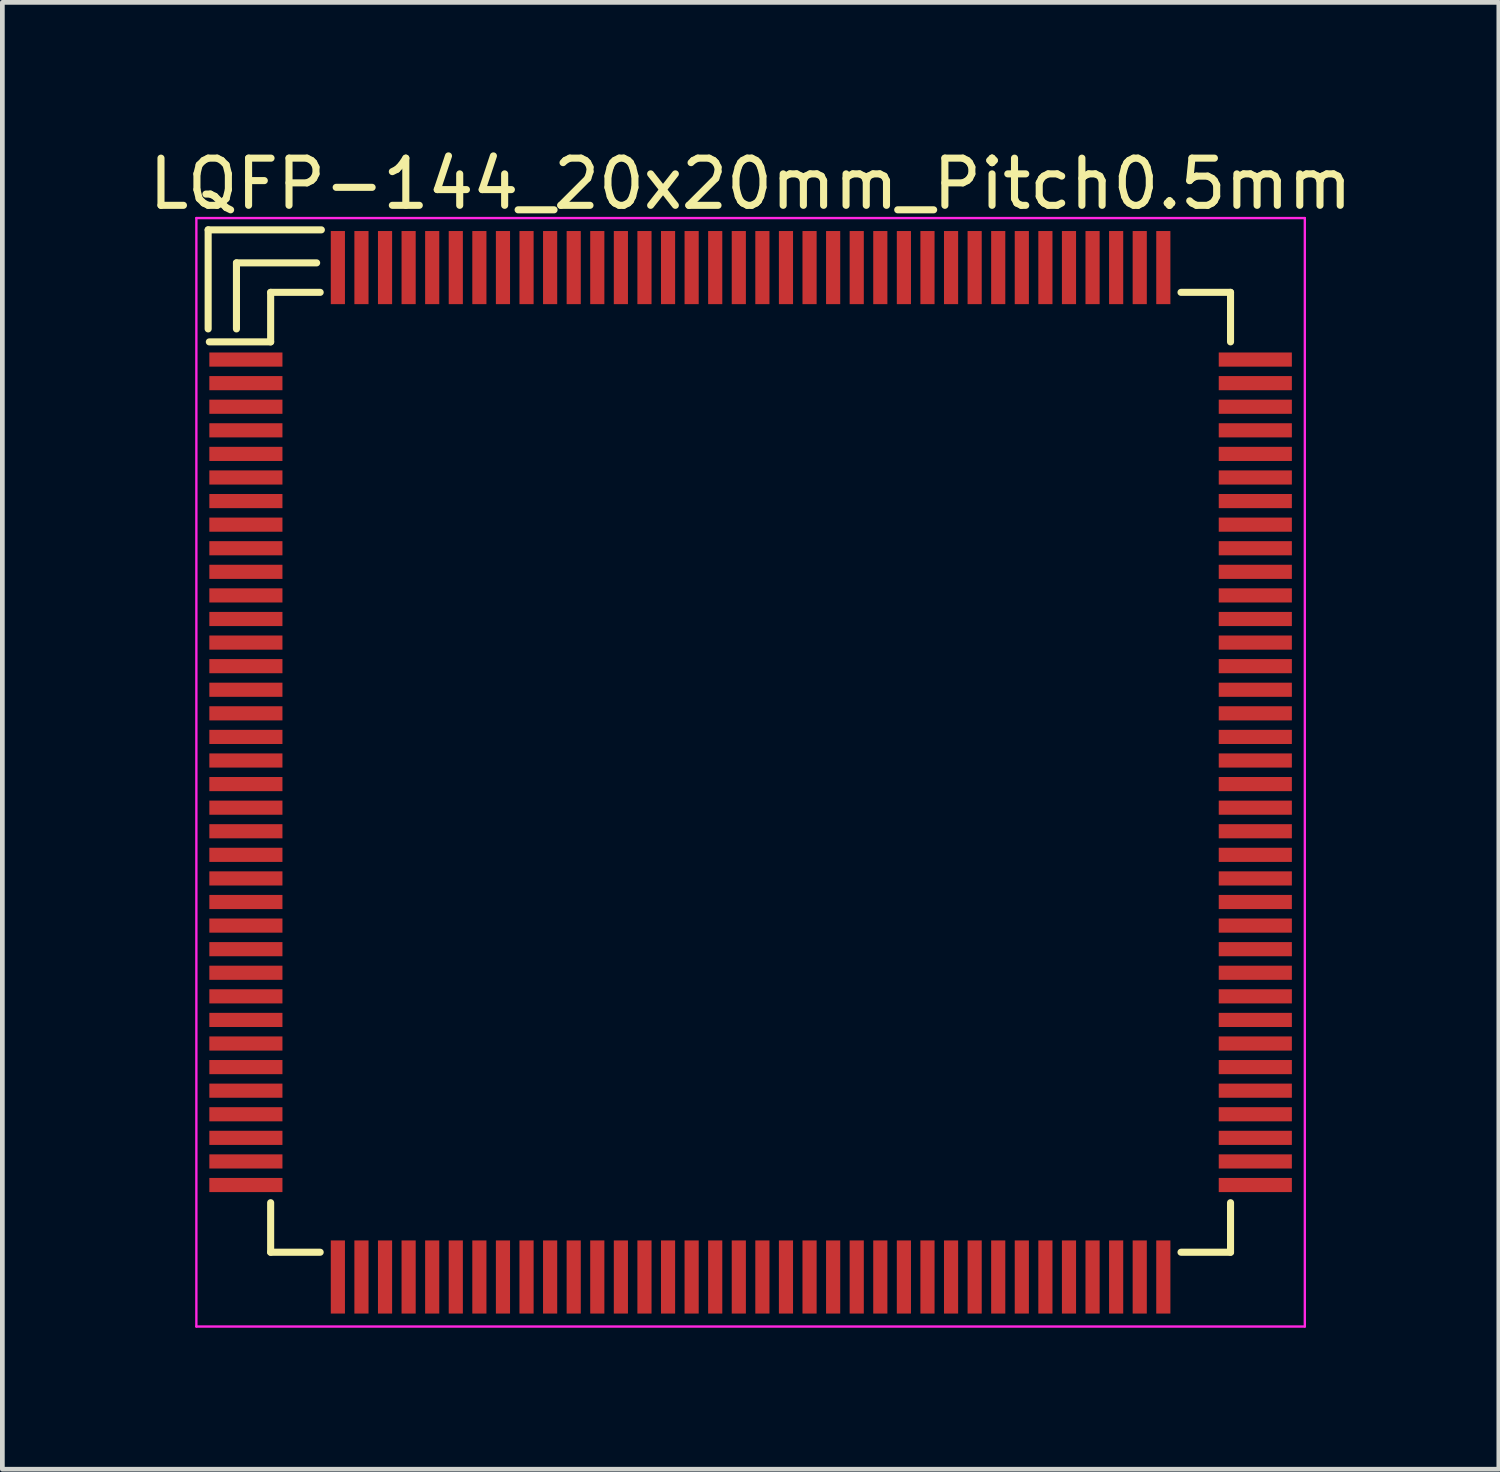
<source format=kicad_pcb>
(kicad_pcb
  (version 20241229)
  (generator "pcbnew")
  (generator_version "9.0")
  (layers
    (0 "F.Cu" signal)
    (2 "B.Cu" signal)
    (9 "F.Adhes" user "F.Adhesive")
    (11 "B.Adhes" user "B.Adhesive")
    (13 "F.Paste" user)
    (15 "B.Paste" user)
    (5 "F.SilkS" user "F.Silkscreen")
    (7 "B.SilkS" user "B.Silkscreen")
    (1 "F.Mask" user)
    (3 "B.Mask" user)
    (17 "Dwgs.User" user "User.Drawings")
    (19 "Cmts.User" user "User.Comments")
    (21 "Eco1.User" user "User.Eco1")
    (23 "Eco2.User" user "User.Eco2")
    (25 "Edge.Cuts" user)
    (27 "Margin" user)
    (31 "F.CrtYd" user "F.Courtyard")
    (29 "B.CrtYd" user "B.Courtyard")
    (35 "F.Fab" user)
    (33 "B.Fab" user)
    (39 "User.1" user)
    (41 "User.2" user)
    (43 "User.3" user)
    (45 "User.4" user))
  (footprint "LQFP-144_20x20mm_Pitch0.5mm"
    (layer "F.Cu")
    (at 12.863 13.323)
    (property "Reference" "LQFP-144_20x20mm_Pitch0.5mm" (at 0 -12.475 0) (layer "F.SilkS") (effects (font (size 1 1) (thickness 0.15))))
    (attr smd)
    (fp_line (start -11.5 -11.5) (end -9.1 -11.5) (stroke (width 0.15) (type solid)) (layer "F.SilkS"))
    (fp_line (start -11.5 -9.4) (end -11.5 -11.5) (stroke (width 0.15) (type solid)) (layer "F.SilkS"))
    (fp_line (start -10.9 -10.8) (end -9.2 -10.8) (stroke (width 0.15) (type solid)) (layer "F.SilkS"))
    (fp_line (start -10.9 -9.4) (end -10.9 -10.8) (stroke (width 0.15) (type solid)) (layer "F.SilkS"))
    (fp_line (start -10.175 -10.175) (end -10.175 -9.125) (stroke (width 0.15) (type solid)) (layer "F.SilkS"))
    (fp_line (start -10.175 -10.175) (end -9.125 -10.175) (stroke (width 0.15) (type solid)) (layer "F.SilkS"))
    (fp_line (start -10.175 -9.125) (end -11.475 -9.125) (stroke (width 0.15) (type solid)) (layer "F.SilkS"))
    (fp_line (start -10.175 10.175) (end -10.175 9.125) (stroke (width 0.15) (type solid)) (layer "F.SilkS"))
    (fp_line (start -10.175 10.175) (end -9.125 10.175) (stroke (width 0.15) (type solid)) (layer "F.SilkS"))
    (fp_line (start 10.175 -10.175) (end 9.125 -10.175) (stroke (width 0.15) (type solid)) (layer "F.SilkS"))
    (fp_line (start 10.175 -10.175) (end 10.175 -9.125) (stroke (width 0.15) (type solid)) (layer "F.SilkS"))
    (fp_line (start 10.175 10.175) (end 9.125 10.175) (stroke (width 0.15) (type solid)) (layer "F.SilkS"))
    (fp_line (start 10.175 10.175) (end 10.175 9.125) (stroke (width 0.15) (type solid)) (layer "F.SilkS"))
    (fp_line (start -11.75 -11.75) (end -11.75 11.75) (stroke (width 0.05) (type solid)) (layer "F.CrtYd"))
    (fp_line (start -11.75 -11.75) (end 11.75 -11.75) (stroke (width 0.05) (type solid)) (layer "F.CrtYd"))
    (fp_line (start -11.75 11.75) (end 11.75 11.75) (stroke (width 0.05) (type solid)) (layer "F.CrtYd"))
    (fp_line (start 11.75 -11.75) (end 11.75 11.75) (stroke (width 0.05) (type solid)) (layer "F.CrtYd"))
    (pad "1" smd rect (at -10.7 -8.75) (size 1.55 0.3) (layers "F.Cu" "F.Mask" "F.Paste"))
    (pad "2" smd rect (at -10.7 -8.25) (size 1.55 0.3) (layers "F.Cu" "F.Mask" "F.Paste"))
    (pad "3" smd rect (at -10.7 -7.75) (size 1.55 0.3) (layers "F.Cu" "F.Mask" "F.Paste"))
    (pad "4" smd rect (at -10.7 -7.25) (size 1.55 0.3) (layers "F.Cu" "F.Mask" "F.Paste"))
    (pad "5" smd rect (at -10.7 -6.75) (size 1.55 0.3) (layers "F.Cu" "F.Mask" "F.Paste"))
    (pad "6" smd rect (at -10.7 -6.25) (size 1.55 0.3) (layers "F.Cu" "F.Mask" "F.Paste"))
    (pad "7" smd rect (at -10.7 -5.75) (size 1.55 0.3) (layers "F.Cu" "F.Mask" "F.Paste"))
    (pad "8" smd rect (at -10.7 -5.25) (size 1.55 0.3) (layers "F.Cu" "F.Mask" "F.Paste"))
    (pad "9" smd rect (at -10.7 -4.75) (size 1.55 0.3) (layers "F.Cu" "F.Mask" "F.Paste"))
    (pad "10" smd rect (at -10.7 -4.25) (size 1.55 0.3) (layers "F.Cu" "F.Mask" "F.Paste"))
    (pad "11" smd rect (at -10.7 -3.75) (size 1.55 0.3) (layers "F.Cu" "F.Mask" "F.Paste"))
    (pad "12" smd rect (at -10.7 -3.25) (size 1.55 0.3) (layers "F.Cu" "F.Mask" "F.Paste"))
    (pad "13" smd rect (at -10.7 -2.75) (size 1.55 0.3) (layers "F.Cu" "F.Mask" "F.Paste"))
    (pad "14" smd rect (at -10.7 -2.25) (size 1.55 0.3) (layers "F.Cu" "F.Mask" "F.Paste"))
    (pad "15" smd rect (at -10.7 -1.75) (size 1.55 0.3) (layers "F.Cu" "F.Mask" "F.Paste"))
    (pad "16" smd rect (at -10.7 -1.25) (size 1.55 0.3) (layers "F.Cu" "F.Mask" "F.Paste"))
    (pad "17" smd rect (at -10.7 -0.75) (size 1.55 0.3) (layers "F.Cu" "F.Mask" "F.Paste"))
    (pad "18" smd rect (at -10.7 -0.25) (size 1.55 0.3) (layers "F.Cu" "F.Mask" "F.Paste"))
    (pad "19" smd rect (at -10.7 0.25) (size 1.55 0.3) (layers "F.Cu" "F.Mask" "F.Paste"))
    (pad "20" smd rect (at -10.7 0.75) (size 1.55 0.3) (layers "F.Cu" "F.Mask" "F.Paste"))
    (pad "21" smd rect (at -10.7 1.25) (size 1.55 0.3) (layers "F.Cu" "F.Mask" "F.Paste"))
    (pad "22" smd rect (at -10.7 1.75) (size 1.55 0.3) (layers "F.Cu" "F.Mask" "F.Paste"))
    (pad "23" smd rect (at -10.7 2.25) (size 1.55 0.3) (layers "F.Cu" "F.Mask" "F.Paste"))
    (pad "24" smd rect (at -10.7 2.75) (size 1.55 0.3) (layers "F.Cu" "F.Mask" "F.Paste"))
    (pad "25" smd rect (at -10.7 3.25) (size 1.55 0.3) (layers "F.Cu" "F.Mask" "F.Paste"))
    (pad "26" smd rect (at -10.7 3.75) (size 1.55 0.3) (layers "F.Cu" "F.Mask" "F.Paste"))
    (pad "27" smd rect (at -10.7 4.25) (size 1.55 0.3) (layers "F.Cu" "F.Mask" "F.Paste"))
    (pad "28" smd rect (at -10.7 4.75) (size 1.55 0.3) (layers "F.Cu" "F.Mask" "F.Paste"))
    (pad "29" smd rect (at -10.7 5.25) (size 1.55 0.3) (layers "F.Cu" "F.Mask" "F.Paste"))
    (pad "30" smd rect (at -10.7 5.75) (size 1.55 0.3) (layers "F.Cu" "F.Mask" "F.Paste"))
    (pad "31" smd rect (at -10.7 6.25) (size 1.55 0.3) (layers "F.Cu" "F.Mask" "F.Paste"))
    (pad "32" smd rect (at -10.7 6.75) (size 1.55 0.3) (layers "F.Cu" "F.Mask" "F.Paste"))
    (pad "33" smd rect (at -10.7 7.25) (size 1.55 0.3) (layers "F.Cu" "F.Mask" "F.Paste"))
    (pad "34" smd rect (at -10.7 7.75) (size 1.55 0.3) (layers "F.Cu" "F.Mask" "F.Paste"))
    (pad "35" smd rect (at -10.7 8.25) (size 1.55 0.3) (layers "F.Cu" "F.Mask" "F.Paste"))
    (pad "36" smd rect (at -10.7 8.75) (size 1.55 0.3) (layers "F.Cu" "F.Mask" "F.Paste"))
    (pad "37" smd rect (at -8.75 10.7 90) (size 1.55 0.3) (layers "F.Cu" "F.Mask" "F.Paste"))
    (pad "38" smd rect (at -8.25 10.7 90) (size 1.55 0.3) (layers "F.Cu" "F.Mask" "F.Paste"))
    (pad "39" smd rect (at -7.75 10.7 90) (size 1.55 0.3) (layers "F.Cu" "F.Mask" "F.Paste"))
    (pad "40" smd rect (at -7.25 10.7 90) (size 1.55 0.3) (layers "F.Cu" "F.Mask" "F.Paste"))
    (pad "41" smd rect (at -6.75 10.7 90) (size 1.55 0.3) (layers "F.Cu" "F.Mask" "F.Paste"))
    (pad "42" smd rect (at -6.25 10.7 90) (size 1.55 0.3) (layers "F.Cu" "F.Mask" "F.Paste"))
    (pad "43" smd rect (at -5.75 10.7 90) (size 1.55 0.3) (layers "F.Cu" "F.Mask" "F.Paste"))
    (pad "44" smd rect (at -5.25 10.7 90) (size 1.55 0.3) (layers "F.Cu" "F.Mask" "F.Paste"))
    (pad "45" smd rect (at -4.75 10.7 90) (size 1.55 0.3) (layers "F.Cu" "F.Mask" "F.Paste"))
    (pad "46" smd rect (at -4.25 10.7 90) (size 1.55 0.3) (layers "F.Cu" "F.Mask" "F.Paste"))
    (pad "47" smd rect (at -3.75 10.7 90) (size 1.55 0.3) (layers "F.Cu" "F.Mask" "F.Paste"))
    (pad "48" smd rect (at -3.25 10.7 90) (size 1.55 0.3) (layers "F.Cu" "F.Mask" "F.Paste"))
    (pad "49" smd rect (at -2.75 10.7 90) (size 1.55 0.3) (layers "F.Cu" "F.Mask" "F.Paste"))
    (pad "50" smd rect (at -2.25 10.7 90) (size 1.55 0.3) (layers "F.Cu" "F.Mask" "F.Paste"))
    (pad "51" smd rect (at -1.75 10.7 90) (size 1.55 0.3) (layers "F.Cu" "F.Mask" "F.Paste"))
    (pad "52" smd rect (at -1.25 10.7 90) (size 1.55 0.3) (layers "F.Cu" "F.Mask" "F.Paste"))
    (pad "53" smd rect (at -0.75 10.7 90) (size 1.55 0.3) (layers "F.Cu" "F.Mask" "F.Paste"))
    (pad "54" smd rect (at -0.25 10.7 90) (size 1.55 0.3) (layers "F.Cu" "F.Mask" "F.Paste"))
    (pad "55" smd rect (at 0.25 10.7 90) (size 1.55 0.3) (layers "F.Cu" "F.Mask" "F.Paste"))
    (pad "56" smd rect (at 0.75 10.7 90) (size 1.55 0.3) (layers "F.Cu" "F.Mask" "F.Paste"))
    (pad "57" smd rect (at 1.25 10.7 90) (size 1.55 0.3) (layers "F.Cu" "F.Mask" "F.Paste"))
    (pad "58" smd rect (at 1.75 10.7 90) (size 1.55 0.3) (layers "F.Cu" "F.Mask" "F.Paste"))
    (pad "59" smd rect (at 2.25 10.7 90) (size 1.55 0.3) (layers "F.Cu" "F.Mask" "F.Paste"))
    (pad "60" smd rect (at 2.75 10.7 90) (size 1.55 0.3) (layers "F.Cu" "F.Mask" "F.Paste"))
    (pad "61" smd rect (at 3.25 10.7 90) (size 1.55 0.3) (layers "F.Cu" "F.Mask" "F.Paste"))
    (pad "62" smd rect (at 3.75 10.7 90) (size 1.55 0.3) (layers "F.Cu" "F.Mask" "F.Paste"))
    (pad "63" smd rect (at 4.25 10.7 90) (size 1.55 0.3) (layers "F.Cu" "F.Mask" "F.Paste"))
    (pad "64" smd rect (at 4.75 10.7 90) (size 1.55 0.3) (layers "F.Cu" "F.Mask" "F.Paste"))
    (pad "65" smd rect (at 5.25 10.7 90) (size 1.55 0.3) (layers "F.Cu" "F.Mask" "F.Paste"))
    (pad "66" smd rect (at 5.75 10.7 90) (size 1.55 0.3) (layers "F.Cu" "F.Mask" "F.Paste"))
    (pad "67" smd rect (at 6.25 10.7 90) (size 1.55 0.3) (layers "F.Cu" "F.Mask" "F.Paste"))
    (pad "68" smd rect (at 6.75 10.7 90) (size 1.55 0.3) (layers "F.Cu" "F.Mask" "F.Paste"))
    (pad "69" smd rect (at 7.25 10.7 90) (size 1.55 0.3) (layers "F.Cu" "F.Mask" "F.Paste"))
    (pad "70" smd rect (at 7.75 10.7 90) (size 1.55 0.3) (layers "F.Cu" "F.Mask" "F.Paste"))
    (pad "71" smd rect (at 8.25 10.7 90) (size 1.55 0.3) (layers "F.Cu" "F.Mask" "F.Paste"))
    (pad "72" smd rect (at 8.75 10.7 90) (size 1.55 0.3) (layers "F.Cu" "F.Mask" "F.Paste"))
    (pad "73" smd rect (at 10.7 8.75) (size 1.55 0.3) (layers "F.Cu" "F.Mask" "F.Paste"))
    (pad "74" smd rect (at 10.7 8.25) (size 1.55 0.3) (layers "F.Cu" "F.Mask" "F.Paste"))
    (pad "75" smd rect (at 10.7 7.75) (size 1.55 0.3) (layers "F.Cu" "F.Mask" "F.Paste"))
    (pad "76" smd rect (at 10.7 7.25) (size 1.55 0.3) (layers "F.Cu" "F.Mask" "F.Paste"))
    (pad "77" smd rect (at 10.7 6.75) (size 1.55 0.3) (layers "F.Cu" "F.Mask" "F.Paste"))
    (pad "78" smd rect (at 10.7 6.25) (size 1.55 0.3) (layers "F.Cu" "F.Mask" "F.Paste"))
    (pad "79" smd rect (at 10.7 5.75) (size 1.55 0.3) (layers "F.Cu" "F.Mask" "F.Paste"))
    (pad "80" smd rect (at 10.7 5.25) (size 1.55 0.3) (layers "F.Cu" "F.Mask" "F.Paste"))
    (pad "81" smd rect (at 10.7 4.75) (size 1.55 0.3) (layers "F.Cu" "F.Mask" "F.Paste"))
    (pad "82" smd rect (at 10.7 4.25) (size 1.55 0.3) (layers "F.Cu" "F.Mask" "F.Paste"))
    (pad "83" smd rect (at 10.7 3.75) (size 1.55 0.3) (layers "F.Cu" "F.Mask" "F.Paste"))
    (pad "84" smd rect (at 10.7 3.25) (size 1.55 0.3) (layers "F.Cu" "F.Mask" "F.Paste"))
    (pad "85" smd rect (at 10.7 2.75) (size 1.55 0.3) (layers "F.Cu" "F.Mask" "F.Paste"))
    (pad "86" smd rect (at 10.7 2.25) (size 1.55 0.3) (layers "F.Cu" "F.Mask" "F.Paste"))
    (pad "87" smd rect (at 10.7 1.75) (size 1.55 0.3) (layers "F.Cu" "F.Mask" "F.Paste"))
    (pad "88" smd rect (at 10.7 1.25) (size 1.55 0.3) (layers "F.Cu" "F.Mask" "F.Paste"))
    (pad "89" smd rect (at 10.7 0.75) (size 1.55 0.3) (layers "F.Cu" "F.Mask" "F.Paste"))
    (pad "90" smd rect (at 10.7 0.25) (size 1.55 0.3) (layers "F.Cu" "F.Mask" "F.Paste"))
    (pad "91" smd rect (at 10.7 -0.25) (size 1.55 0.3) (layers "F.Cu" "F.Mask" "F.Paste"))
    (pad "92" smd rect (at 10.7 -0.75) (size 1.55 0.3) (layers "F.Cu" "F.Mask" "F.Paste"))
    (pad "93" smd rect (at 10.7 -1.25) (size 1.55 0.3) (layers "F.Cu" "F.Mask" "F.Paste"))
    (pad "94" smd rect (at 10.7 -1.75) (size 1.55 0.3) (layers "F.Cu" "F.Mask" "F.Paste"))
    (pad "95" smd rect (at 10.7 -2.25) (size 1.55 0.3) (layers "F.Cu" "F.Mask" "F.Paste"))
    (pad "96" smd rect (at 10.7 -2.75) (size 1.55 0.3) (layers "F.Cu" "F.Mask" "F.Paste"))
    (pad "97" smd rect (at 10.7 -3.25) (size 1.55 0.3) (layers "F.Cu" "F.Mask" "F.Paste"))
    (pad "98" smd rect (at 10.7 -3.75) (size 1.55 0.3) (layers "F.Cu" "F.Mask" "F.Paste"))
    (pad "99" smd rect (at 10.7 -4.25) (size 1.55 0.3) (layers "F.Cu" "F.Mask" "F.Paste"))
    (pad "100" smd rect (at 10.7 -4.75) (size 1.55 0.3) (layers "F.Cu" "F.Mask" "F.Paste"))
    (pad "101" smd rect (at 10.7 -5.25) (size 1.55 0.3) (layers "F.Cu" "F.Mask" "F.Paste"))
    (pad "102" smd rect (at 10.7 -5.75) (size 1.55 0.3) (layers "F.Cu" "F.Mask" "F.Paste"))
    (pad "103" smd rect (at 10.7 -6.25) (size 1.55 0.3) (layers "F.Cu" "F.Mask" "F.Paste"))
    (pad "104" smd rect (at 10.7 -6.75) (size 1.55 0.3) (layers "F.Cu" "F.Mask" "F.Paste"))
    (pad "105" smd rect (at 10.7 -7.25) (size 1.55 0.3) (layers "F.Cu" "F.Mask" "F.Paste"))
    (pad "106" smd rect (at 10.7 -7.75) (size 1.55 0.3) (layers "F.Cu" "F.Mask" "F.Paste"))
    (pad "107" smd rect (at 10.7 -8.25) (size 1.55 0.3) (layers "F.Cu" "F.Mask" "F.Paste"))
    (pad "108" smd rect (at 10.7 -8.75) (size 1.55 0.3) (layers "F.Cu" "F.Mask" "F.Paste"))
    (pad "109" smd rect (at 8.75 -10.7 90) (size 1.55 0.3) (layers "F.Cu" "F.Mask" "F.Paste"))
    (pad "110" smd rect (at 8.25 -10.7 90) (size 1.55 0.3) (layers "F.Cu" "F.Mask" "F.Paste"))
    (pad "111" smd rect (at 7.75 -10.7 90) (size 1.55 0.3) (layers "F.Cu" "F.Mask" "F.Paste"))
    (pad "112" smd rect (at 7.25 -10.7 90) (size 1.55 0.3) (layers "F.Cu" "F.Mask" "F.Paste"))
    (pad "113" smd rect (at 6.75 -10.7 90) (size 1.55 0.3) (layers "F.Cu" "F.Mask" "F.Paste"))
    (pad "114" smd rect (at 6.25 -10.7 90) (size 1.55 0.3) (layers "F.Cu" "F.Mask" "F.Paste"))
    (pad "115" smd rect (at 5.75 -10.7 90) (size 1.55 0.3) (layers "F.Cu" "F.Mask" "F.Paste"))
    (pad "116" smd rect (at 5.25 -10.7 90) (size 1.55 0.3) (layers "F.Cu" "F.Mask" "F.Paste"))
    (pad "117" smd rect (at 4.75 -10.7 90) (size 1.55 0.3) (layers "F.Cu" "F.Mask" "F.Paste"))
    (pad "118" smd rect (at 4.25 -10.7 90) (size 1.55 0.3) (layers "F.Cu" "F.Mask" "F.Paste"))
    (pad "119" smd rect (at 3.75 -10.7 90) (size 1.55 0.3) (layers "F.Cu" "F.Mask" "F.Paste"))
    (pad "120" smd rect (at 3.25 -10.7 90) (size 1.55 0.3) (layers "F.Cu" "F.Mask" "F.Paste"))
    (pad "121" smd rect (at 2.75 -10.7 90) (size 1.55 0.3) (layers "F.Cu" "F.Mask" "F.Paste"))
    (pad "122" smd rect (at 2.25 -10.7 90) (size 1.55 0.3) (layers "F.Cu" "F.Mask" "F.Paste"))
    (pad "123" smd rect (at 1.75 -10.7 90) (size 1.55 0.3) (layers "F.Cu" "F.Mask" "F.Paste"))
    (pad "124" smd rect (at 1.25 -10.7 90) (size 1.55 0.3) (layers "F.Cu" "F.Mask" "F.Paste"))
    (pad "125" smd rect (at 0.75 -10.7 90) (size 1.55 0.3) (layers "F.Cu" "F.Mask" "F.Paste"))
    (pad "126" smd rect (at 0.25 -10.7 90) (size 1.55 0.3) (layers "F.Cu" "F.Mask" "F.Paste"))
    (pad "127" smd rect (at -0.25 -10.7 90) (size 1.55 0.3) (layers "F.Cu" "F.Mask" "F.Paste"))
    (pad "128" smd rect (at -0.75 -10.7 90) (size 1.55 0.3) (layers "F.Cu" "F.Mask" "F.Paste"))
    (pad "129" smd rect (at -1.25 -10.7 90) (size 1.55 0.3) (layers "F.Cu" "F.Mask" "F.Paste"))
    (pad "130" smd rect (at -1.75 -10.7 90) (size 1.55 0.3) (layers "F.Cu" "F.Mask" "F.Paste"))
    (pad "131" smd rect (at -2.25 -10.7 90) (size 1.55 0.3) (layers "F.Cu" "F.Mask" "F.Paste"))
    (pad "132" smd rect (at -2.75 -10.7 90) (size 1.55 0.3) (layers "F.Cu" "F.Mask" "F.Paste"))
    (pad "133" smd rect (at -3.25 -10.7 90) (size 1.55 0.3) (layers "F.Cu" "F.Mask" "F.Paste"))
    (pad "134" smd rect (at -3.75 -10.7 90) (size 1.55 0.3) (layers "F.Cu" "F.Mask" "F.Paste"))
    (pad "135" smd rect (at -4.25 -10.7 90) (size 1.55 0.3) (layers "F.Cu" "F.Mask" "F.Paste"))
    (pad "136" smd rect (at -4.75 -10.7 90) (size 1.55 0.3) (layers "F.Cu" "F.Mask" "F.Paste"))
    (pad "137" smd rect (at -5.25 -10.7 90) (size 1.55 0.3) (layers "F.Cu" "F.Mask" "F.Paste"))
    (pad "138" smd rect (at -5.75 -10.7 90) (size 1.55 0.3) (layers "F.Cu" "F.Mask" "F.Paste"))
    (pad "139" smd rect (at -6.25 -10.7 90) (size 1.55 0.3) (layers "F.Cu" "F.Mask" "F.Paste"))
    (pad "140" smd rect (at -6.75 -10.7 90) (size 1.55 0.3) (layers "F.Cu" "F.Mask" "F.Paste"))
    (pad "141" smd rect (at -7.25 -10.7 90) (size 1.55 0.3) (layers "F.Cu" "F.Mask" "F.Paste"))
    (pad "142" smd rect (at -7.75 -10.7 90) (size 1.55 0.3) (layers "F.Cu" "F.Mask" "F.Paste"))
    (pad "143" smd rect (at -8.25 -10.7 90) (size 1.55 0.3) (layers "F.Cu" "F.Mask" "F.Paste"))
    (pad "144" smd rect (at -8.75 -10.7 90) (size 1.55 0.3) (layers "F.Cu" "F.Mask" "F.Paste")))
  (gr_rect
    (start -3 -3)
    (end 28.726 28.098)
    (stroke (width 0.1) (type default))
    (fill no)
    (layer "Edge.Cuts")))
</source>
